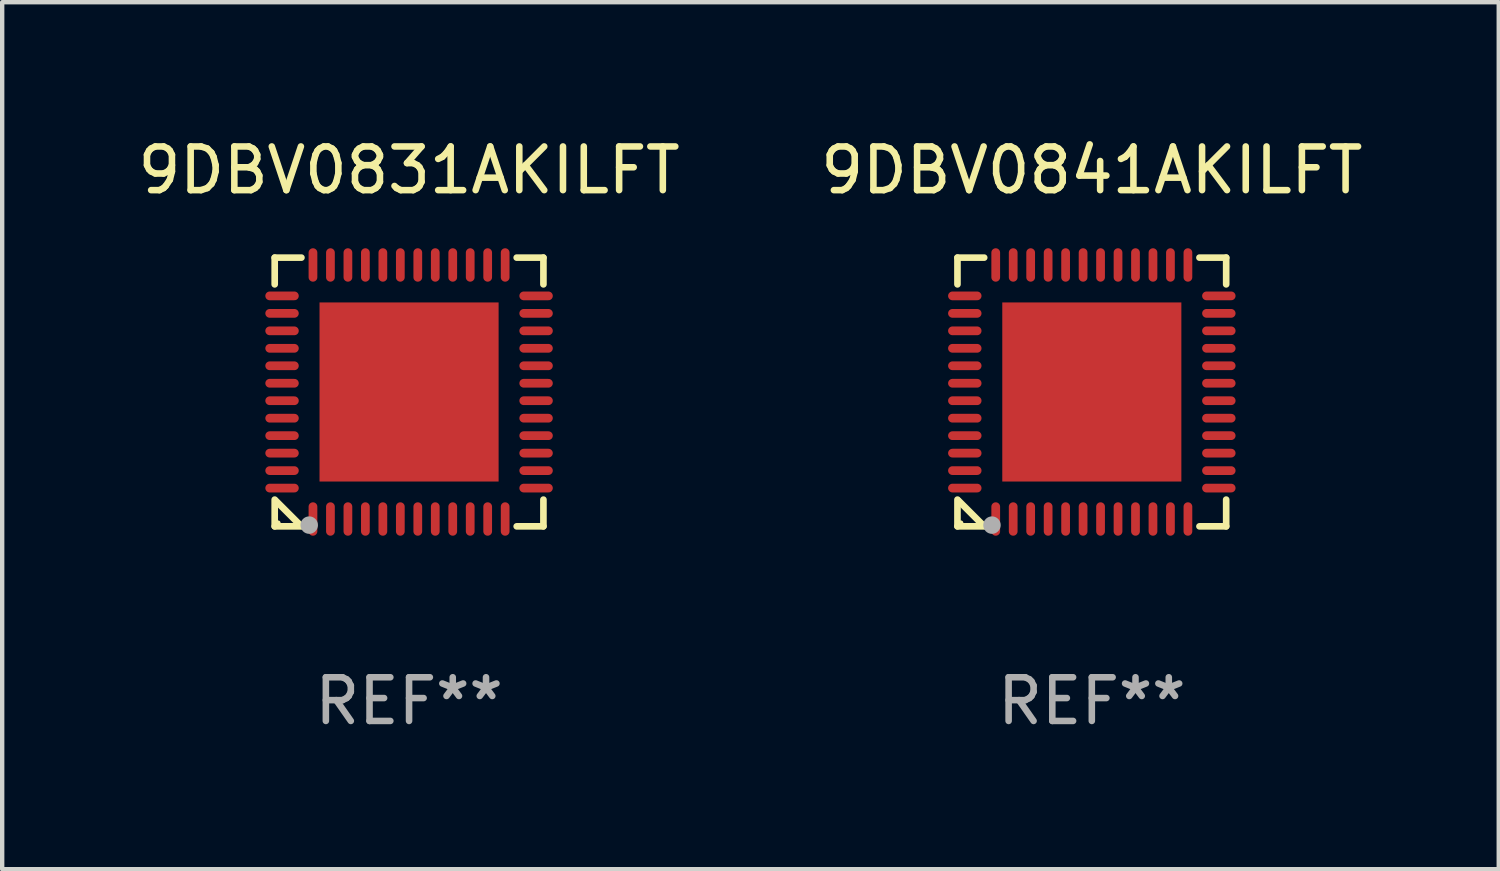
<source format=kicad_pcb>
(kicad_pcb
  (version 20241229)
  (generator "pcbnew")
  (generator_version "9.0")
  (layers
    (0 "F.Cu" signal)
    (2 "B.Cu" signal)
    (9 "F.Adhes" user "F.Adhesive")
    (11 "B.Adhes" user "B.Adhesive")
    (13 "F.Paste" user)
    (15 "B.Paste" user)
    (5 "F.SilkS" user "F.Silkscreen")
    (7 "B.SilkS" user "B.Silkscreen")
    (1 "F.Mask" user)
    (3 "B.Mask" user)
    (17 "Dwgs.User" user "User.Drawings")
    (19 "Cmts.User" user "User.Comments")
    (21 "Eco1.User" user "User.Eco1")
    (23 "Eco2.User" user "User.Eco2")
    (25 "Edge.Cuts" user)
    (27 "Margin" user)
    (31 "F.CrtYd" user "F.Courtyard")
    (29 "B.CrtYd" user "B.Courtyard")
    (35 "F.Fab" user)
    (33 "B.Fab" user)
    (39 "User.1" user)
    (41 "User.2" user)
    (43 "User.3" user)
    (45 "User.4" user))
  (footprint "9DBV0831AKILFT"
    (layer "F.Cu")
    (at 6.315 5.924)
    (property "Reference" "9DBV0831AKILFT" (at 0 -5.076 0) (layer "F.SilkS") (effects (font (size 1 1) (thickness 0.15))))
    (attr through_hole)
    (fp_line (start -3.076 -3.076) (end -3.076 -2.464) (stroke (width 0.152) (type solid)) (layer "F.SilkS"))
    (fp_line (start -3.076 3.076) (end -3.076 2.464) (stroke (width 0.152) (type solid)) (layer "F.SilkS"))
    (fp_line (start -3.049 2.491) (end -2.491 3.049) (stroke (width 0.152) (type solid)) (layer "F.SilkS"))
    (fp_line (start -2.464 -3.076) (end -3.076 -3.076) (stroke (width 0.152) (type solid)) (layer "F.SilkS"))
    (fp_line (start -2.464 3.076) (end -3.076 3.076) (stroke (width 0.152) (type solid)) (layer "F.SilkS"))
    (fp_line (start 2.464 -3.076) (end 3.076 -3.076) (stroke (width 0.152) (type solid)) (layer "F.SilkS"))
    (fp_line (start 2.464 3.076) (end 3.076 3.076) (stroke (width 0.152) (type solid)) (layer "F.SilkS"))
    (fp_line (start 3.076 -3.076) (end 3.076 -2.464) (stroke (width 0.152) (type solid)) (layer "F.SilkS"))
    (fp_line (start 3.076 3.076) (end 3.076 2.464) (stroke (width 0.152) (type solid)) (layer "F.SilkS"))
    (fp_circle (center -3 3) (end -2.97 3) (stroke (width 0.06) (type solid)) (fill no) (layer "F.SilkS"))
    (fp_circle (center -2.286 3.048) (end -2.186 3.048) (stroke (width 0.2) (type solid)) (fill no) (layer "F.Fab"))
    (fp_text user "REF**" (at 0 7.076 0) (layer "F.Fab") (effects (font (size 1 1) (thickness 0.15))))
    (pad "1" smd oval (at -2.2 2.908 90) (size 0.765 0.2) (layers "F.Cu" "F.Mask" "F.Paste"))
    (pad "2" smd oval (at -1.8 2.908 90) (size 0.765 0.2) (layers "F.Cu" "F.Mask" "F.Paste"))
    (pad "3" smd oval (at -1.4 2.908 90) (size 0.765 0.2) (layers "F.Cu" "F.Mask" "F.Paste"))
    (pad "4" smd oval (at -1 2.908 90) (size 0.765 0.2) (layers "F.Cu" "F.Mask" "F.Paste"))
    (pad "5" smd oval (at -0.6 2.908 90) (size 0.765 0.2) (layers "F.Cu" "F.Mask" "F.Paste"))
    (pad "6" smd oval (at -0.2 2.908 90) (size 0.765 0.2) (layers "F.Cu" "F.Mask" "F.Paste"))
    (pad "7" smd oval (at 0.2 2.908 90) (size 0.765 0.2) (layers "F.Cu" "F.Mask" "F.Paste"))
    (pad "8" smd oval (at 0.6 2.908 90) (size 0.765 0.2) (layers "F.Cu" "F.Mask" "F.Paste"))
    (pad "9" smd oval (at 1 2.908 90) (size 0.765 0.2) (layers "F.Cu" "F.Mask" "F.Paste"))
    (pad "10" smd oval (at 1.4 2.908 90) (size 0.765 0.2) (layers "F.Cu" "F.Mask" "F.Paste"))
    (pad "11" smd oval (at 1.8 2.908 90) (size 0.765 0.2) (layers "F.Cu" "F.Mask" "F.Paste"))
    (pad "12" smd oval (at 2.2 2.908 90) (size 0.765 0.2) (layers "F.Cu" "F.Mask" "F.Paste"))
    (pad "13" smd oval (at 2.908 2.2 90) (size 0.2 0.765) (layers "F.Cu" "F.Mask" "F.Paste"))
    (pad "14" smd oval (at 2.908 1.8 90) (size 0.2 0.765) (layers "F.Cu" "F.Mask" "F.Paste"))
    (pad "15" smd oval (at 2.908 1.4 90) (size 0.2 0.765) (layers "F.Cu" "F.Mask" "F.Paste"))
    (pad "16" smd oval (at 2.908 1 90) (size 0.2 0.765) (layers "F.Cu" "F.Mask" "F.Paste"))
    (pad "17" smd oval (at 2.908 0.6 90) (size 0.2 0.765) (layers "F.Cu" "F.Mask" "F.Paste"))
    (pad "18" smd oval (at 2.908 0.2 90) (size 0.2 0.765) (layers "F.Cu" "F.Mask" "F.Paste"))
    (pad "19" smd oval (at 2.908 -0.2 90) (size 0.2 0.765) (layers "F.Cu" "F.Mask" "F.Paste"))
    (pad "20" smd oval (at 2.908 -0.6 90) (size 0.2 0.765) (layers "F.Cu" "F.Mask" "F.Paste"))
    (pad "21" smd oval (at 2.908 -1 90) (size 0.2 0.765) (layers "F.Cu" "F.Mask" "F.Paste"))
    (pad "22" smd oval (at 2.908 -1.4 90) (size 0.2 0.765) (layers "F.Cu" "F.Mask" "F.Paste"))
    (pad "23" smd oval (at 2.908 -1.8 90) (size 0.2 0.765) (layers "F.Cu" "F.Mask" "F.Paste"))
    (pad "24" smd oval (at 2.908 -2.2 90) (size 0.2 0.765) (layers "F.Cu" "F.Mask" "F.Paste"))
    (pad "25" smd oval (at 2.2 -2.908 90) (size 0.765 0.2) (layers "F.Cu" "F.Mask" "F.Paste"))
    (pad "26" smd oval (at 1.8 -2.908 90) (size 0.765 0.2) (layers "F.Cu" "F.Mask" "F.Paste"))
    (pad "27" smd oval (at 1.4 -2.908 90) (size 0.765 0.2) (layers "F.Cu" "F.Mask" "F.Paste"))
    (pad "28" smd oval (at 1 -2.908 90) (size 0.765 0.2) (layers "F.Cu" "F.Mask" "F.Paste"))
    (pad "29" smd oval (at 0.6 -2.908 90) (size 0.765 0.2) (layers "F.Cu" "F.Mask" "F.Paste"))
    (pad "30" smd oval (at 0.2 -2.908 90) (size 0.765 0.2) (layers "F.Cu" "F.Mask" "F.Paste"))
    (pad "31" smd oval (at -0.2 -2.908 90) (size 0.765 0.2) (layers "F.Cu" "F.Mask" "F.Paste"))
    (pad "32" smd oval (at -0.6 -2.908 90) (size 0.765 0.2) (layers "F.Cu" "F.Mask" "F.Paste"))
    (pad "33" smd oval (at -1 -2.908 90) (size 0.765 0.2) (layers "F.Cu" "F.Mask" "F.Paste"))
    (pad "34" smd oval (at -1.4 -2.908 90) (size 0.765 0.2) (layers "F.Cu" "F.Mask" "F.Paste"))
    (pad "35" smd oval (at -1.8 -2.908 90) (size 0.765 0.2) (layers "F.Cu" "F.Mask" "F.Paste"))
    (pad "36" smd oval (at -2.2 -2.908 90) (size 0.765 0.2) (layers "F.Cu" "F.Mask" "F.Paste"))
    (pad "37" smd oval (at -2.908 -2.2 90) (size 0.2 0.765) (layers "F.Cu" "F.Mask" "F.Paste"))
    (pad "38" smd oval (at -2.908 -1.8 90) (size 0.2 0.765) (layers "F.Cu" "F.Mask" "F.Paste"))
    (pad "39" smd oval (at -2.908 -1.4 90) (size 0.2 0.765) (layers "F.Cu" "F.Mask" "F.Paste"))
    (pad "40" smd oval (at -2.908 -1 90) (size 0.2 0.765) (layers "F.Cu" "F.Mask" "F.Paste"))
    (pad "41" smd oval (at -2.908 -0.6 90) (size 0.2 0.765) (layers "F.Cu" "F.Mask" "F.Paste"))
    (pad "42" smd oval (at -2.908 -0.2 90) (size 0.2 0.765) (layers "F.Cu" "F.Mask" "F.Paste"))
    (pad "43" smd oval (at -2.908 0.2 90) (size 0.2 0.765) (layers "F.Cu" "F.Mask" "F.Paste"))
    (pad "44" smd oval (at -2.908 0.6 90) (size 0.2 0.765) (layers "F.Cu" "F.Mask" "F.Paste"))
    (pad "45" smd oval (at -2.908 1 90) (size 0.2 0.765) (layers "F.Cu" "F.Mask" "F.Paste"))
    (pad "46" smd oval (at -2.908 1.4 90) (size 0.2 0.765) (layers "F.Cu" "F.Mask" "F.Paste"))
    (pad "47" smd oval (at -2.908 1.8 90) (size 0.2 0.765) (layers "F.Cu" "F.Mask" "F.Paste"))
    (pad "48" smd oval (at -2.908 2.2 90) (size 0.2 0.765) (layers "F.Cu" "F.Mask" "F.Paste"))
    (pad "49" smd rect (at 0 0 90) (size 4.1 4.1) (layers "F.Cu" "F.Mask" "F.Paste")))
  (footprint "9DBV0841AKILFT"
    (layer "F.Cu")
    (at 21.946 5.924)
    (property "Reference" "9DBV0841AKILFT" (at 0 -5.076 0) (layer "F.SilkS") (effects (font (size 1 1) (thickness 0.15))))
    (attr through_hole)
    (fp_line (start -3.076 -3.076) (end -3.076 -2.464) (stroke (width 0.152) (type solid)) (layer "F.SilkS"))
    (fp_line (start -3.076 3.076) (end -3.076 2.464) (stroke (width 0.152) (type solid)) (layer "F.SilkS"))
    (fp_line (start -3.049 2.491) (end -2.491 3.049) (stroke (width 0.152) (type solid)) (layer "F.SilkS"))
    (fp_line (start -2.464 -3.076) (end -3.076 -3.076) (stroke (width 0.152) (type solid)) (layer "F.SilkS"))
    (fp_line (start -2.464 3.076) (end -3.076 3.076) (stroke (width 0.152) (type solid)) (layer "F.SilkS"))
    (fp_line (start 2.464 -3.076) (end 3.076 -3.076) (stroke (width 0.152) (type solid)) (layer "F.SilkS"))
    (fp_line (start 2.464 3.076) (end 3.076 3.076) (stroke (width 0.152) (type solid)) (layer "F.SilkS"))
    (fp_line (start 3.076 -3.076) (end 3.076 -2.464) (stroke (width 0.152) (type solid)) (layer "F.SilkS"))
    (fp_line (start 3.076 3.076) (end 3.076 2.464) (stroke (width 0.152) (type solid)) (layer "F.SilkS"))
    (fp_circle (center -3 3) (end -2.97 3) (stroke (width 0.06) (type solid)) (fill no) (layer "F.SilkS"))
    (fp_circle (center -2.286 3.048) (end -2.186 3.048) (stroke (width 0.2) (type solid)) (fill no) (layer "F.Fab"))
    (fp_text user "REF**" (at 0 7.076 0) (layer "F.Fab") (effects (font (size 1 1) (thickness 0.15))))
    (pad "1" smd oval (at -2.2 2.908 90) (size 0.765 0.2) (layers "F.Cu" "F.Mask" "F.Paste"))
    (pad "2" smd oval (at -1.8 2.908 90) (size 0.765 0.2) (layers "F.Cu" "F.Mask" "F.Paste"))
    (pad "3" smd oval (at -1.4 2.908 90) (size 0.765 0.2) (layers "F.Cu" "F.Mask" "F.Paste"))
    (pad "4" smd oval (at -1 2.908 90) (size 0.765 0.2) (layers "F.Cu" "F.Mask" "F.Paste"))
    (pad "5" smd oval (at -0.6 2.908 90) (size 0.765 0.2) (layers "F.Cu" "F.Mask" "F.Paste"))
    (pad "6" smd oval (at -0.2 2.908 90) (size 0.765 0.2) (layers "F.Cu" "F.Mask" "F.Paste"))
    (pad "7" smd oval (at 0.2 2.908 90) (size 0.765 0.2) (layers "F.Cu" "F.Mask" "F.Paste"))
    (pad "8" smd oval (at 0.6 2.908 90) (size 0.765 0.2) (layers "F.Cu" "F.Mask" "F.Paste"))
    (pad "9" smd oval (at 1 2.908 90) (size 0.765 0.2) (layers "F.Cu" "F.Mask" "F.Paste"))
    (pad "10" smd oval (at 1.4 2.908 90) (size 0.765 0.2) (layers "F.Cu" "F.Mask" "F.Paste"))
    (pad "11" smd oval (at 1.8 2.908 90) (size 0.765 0.2) (layers "F.Cu" "F.Mask" "F.Paste"))
    (pad "12" smd oval (at 2.2 2.908 90) (size 0.765 0.2) (layers "F.Cu" "F.Mask" "F.Paste"))
    (pad "13" smd oval (at 2.908 2.2 90) (size 0.2 0.765) (layers "F.Cu" "F.Mask" "F.Paste"))
    (pad "14" smd oval (at 2.908 1.8 90) (size 0.2 0.765) (layers "F.Cu" "F.Mask" "F.Paste"))
    (pad "15" smd oval (at 2.908 1.4 90) (size 0.2 0.765) (layers "F.Cu" "F.Mask" "F.Paste"))
    (pad "16" smd oval (at 2.908 1 90) (size 0.2 0.765) (layers "F.Cu" "F.Mask" "F.Paste"))
    (pad "17" smd oval (at 2.908 0.6 90) (size 0.2 0.765) (layers "F.Cu" "F.Mask" "F.Paste"))
    (pad "18" smd oval (at 2.908 0.2 90) (size 0.2 0.765) (layers "F.Cu" "F.Mask" "F.Paste"))
    (pad "19" smd oval (at 2.908 -0.2 90) (size 0.2 0.765) (layers "F.Cu" "F.Mask" "F.Paste"))
    (pad "20" smd oval (at 2.908 -0.6 90) (size 0.2 0.765) (layers "F.Cu" "F.Mask" "F.Paste"))
    (pad "21" smd oval (at 2.908 -1 90) (size 0.2 0.765) (layers "F.Cu" "F.Mask" "F.Paste"))
    (pad "22" smd oval (at 2.908 -1.4 90) (size 0.2 0.765) (layers "F.Cu" "F.Mask" "F.Paste"))
    (pad "23" smd oval (at 2.908 -1.8 90) (size 0.2 0.765) (layers "F.Cu" "F.Mask" "F.Paste"))
    (pad "24" smd oval (at 2.908 -2.2 90) (size 0.2 0.765) (layers "F.Cu" "F.Mask" "F.Paste"))
    (pad "25" smd oval (at 2.2 -2.908 90) (size 0.765 0.2) (layers "F.Cu" "F.Mask" "F.Paste"))
    (pad "26" smd oval (at 1.8 -2.908 90) (size 0.765 0.2) (layers "F.Cu" "F.Mask" "F.Paste"))
    (pad "27" smd oval (at 1.4 -2.908 90) (size 0.765 0.2) (layers "F.Cu" "F.Mask" "F.Paste"))
    (pad "28" smd oval (at 1 -2.908 90) (size 0.765 0.2) (layers "F.Cu" "F.Mask" "F.Paste"))
    (pad "29" smd oval (at 0.6 -2.908 90) (size 0.765 0.2) (layers "F.Cu" "F.Mask" "F.Paste"))
    (pad "30" smd oval (at 0.2 -2.908 90) (size 0.765 0.2) (layers "F.Cu" "F.Mask" "F.Paste"))
    (pad "31" smd oval (at -0.2 -2.908 90) (size 0.765 0.2) (layers "F.Cu" "F.Mask" "F.Paste"))
    (pad "32" smd oval (at -0.6 -2.908 90) (size 0.765 0.2) (layers "F.Cu" "F.Mask" "F.Paste"))
    (pad "33" smd oval (at -1 -2.908 90) (size 0.765 0.2) (layers "F.Cu" "F.Mask" "F.Paste"))
    (pad "34" smd oval (at -1.4 -2.908 90) (size 0.765 0.2) (layers "F.Cu" "F.Mask" "F.Paste"))
    (pad "35" smd oval (at -1.8 -2.908 90) (size 0.765 0.2) (layers "F.Cu" "F.Mask" "F.Paste"))
    (pad "36" smd oval (at -2.2 -2.908 90) (size 0.765 0.2) (layers "F.Cu" "F.Mask" "F.Paste"))
    (pad "37" smd oval (at -2.908 -2.2 90) (size 0.2 0.765) (layers "F.Cu" "F.Mask" "F.Paste"))
    (pad "38" smd oval (at -2.908 -1.8 90) (size 0.2 0.765) (layers "F.Cu" "F.Mask" "F.Paste"))
    (pad "39" smd oval (at -2.908 -1.4 90) (size 0.2 0.765) (layers "F.Cu" "F.Mask" "F.Paste"))
    (pad "40" smd oval (at -2.908 -1 90) (size 0.2 0.765) (layers "F.Cu" "F.Mask" "F.Paste"))
    (pad "41" smd oval (at -2.908 -0.6 90) (size 0.2 0.765) (layers "F.Cu" "F.Mask" "F.Paste"))
    (pad "42" smd oval (at -2.908 -0.2 90) (size 0.2 0.765) (layers "F.Cu" "F.Mask" "F.Paste"))
    (pad "43" smd oval (at -2.908 0.2 90) (size 0.2 0.765) (layers "F.Cu" "F.Mask" "F.Paste"))
    (pad "44" smd oval (at -2.908 0.6 90) (size 0.2 0.765) (layers "F.Cu" "F.Mask" "F.Paste"))
    (pad "45" smd oval (at -2.908 1 90) (size 0.2 0.765) (layers "F.Cu" "F.Mask" "F.Paste"))
    (pad "46" smd oval (at -2.908 1.4 90) (size 0.2 0.765) (layers "F.Cu" "F.Mask" "F.Paste"))
    (pad "47" smd oval (at -2.908 1.8 90) (size 0.2 0.765) (layers "F.Cu" "F.Mask" "F.Paste"))
    (pad "48" smd oval (at -2.908 2.2 90) (size 0.2 0.765) (layers "F.Cu" "F.Mask" "F.Paste"))
    (pad "49" smd rect (at 0 0 90) (size 4.1 4.1) (layers "F.Cu" "F.Mask" "F.Paste")))
  (gr_rect
    (start -3 -3)
    (end 31.262 16.849)
    (stroke (width 0.1) (type default))
    (fill no)
    (layer "Edge.Cuts")))
</source>
